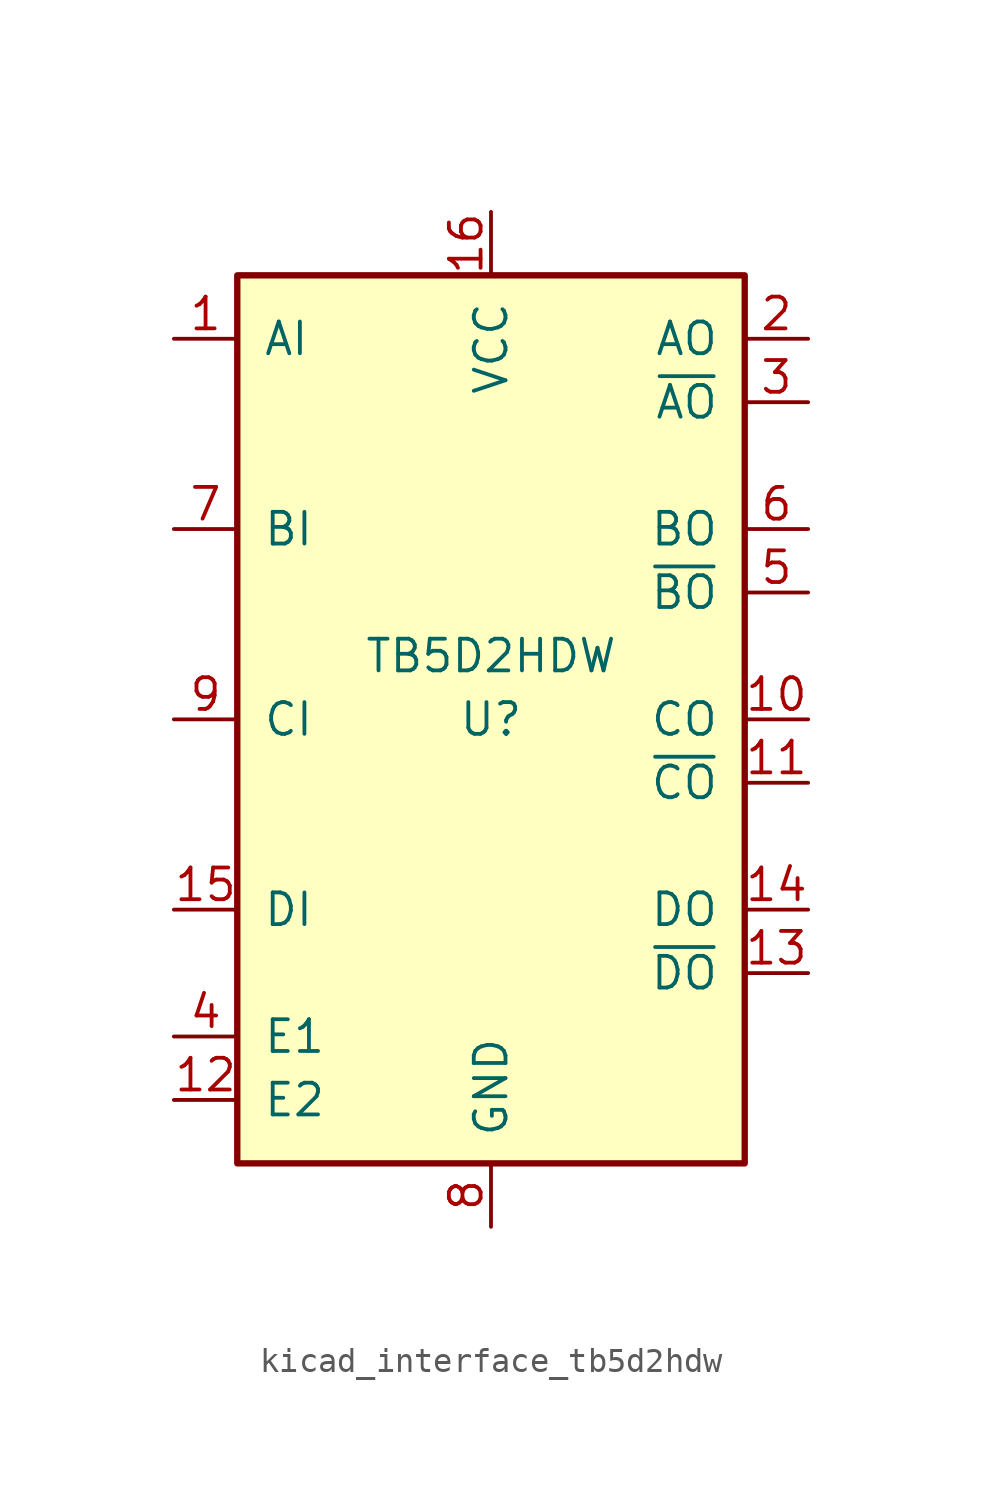
<source format=kicad_sym>
(kicad_symbol_lib
  (version 20220914)
  (generator kicad_symbol_editor)
  (symbol "kicad_interface_tb5d2hdw"
    (pin_names
      (offset 1.016))
    (property "Reference" "U"
      (at 0 0 0)
      (effects (font (size 1.27 1.27))))
    (property "Value" "TB5D2HDW"
      (at 0 2.54 0)
      (effects (font (size 1.27 1.27))))
    (symbol "kicad_interface_tb5d2hdw_0_1"
      (rectangle (start -10.16 -17.78) (end 10.16 17.78) (stroke (width 0.254) (type default)) (fill (type background))))
    (symbol "kicad_interface_tb5d2hdw_1_1"
      (pin input line (at -12.7 15.24 0) (length 2.54) (name "AI" (effects (font (size 1.27 1.27)))) (number "1" (effects (font (size 1.27 1.27)))))
      (pin output line (at 12.7 0 180) (length 2.54) (name "CO" (effects (font (size 1.27 1.27)))) (number "10" (effects (font (size 1.27 1.27)))))
      (pin output line (at 12.7 -2.54 180) (length 2.54) (name "~{CO}" (effects (font (size 1.27 1.27)))) (number "11" (effects (font (size 1.27 1.27)))))
      (pin input line (at -12.7 -15.24 0) (length 2.54) (name "E2" (effects (font (size 1.27 1.27)))) (number "12" (effects (font (size 1.27 1.27)))))
      (pin output line (at 12.7 -10.16 180) (length 2.54) (name "~{DO}" (effects (font (size 1.27 1.27)))) (number "13" (effects (font (size 1.27 1.27)))))
      (pin output line (at 12.7 -7.62 180) (length 2.54) (name "DO" (effects (font (size 1.27 1.27)))) (number "14" (effects (font (size 1.27 1.27)))))
      (pin input line (at -12.7 -7.62 0) (length 2.54) (name "DI" (effects (font (size 1.27 1.27)))) (number "15" (effects (font (size 1.27 1.27)))))
      (pin power_in line (at 0 20.32 270) (length 2.54) (name "VCC" (effects (font (size 1.27 1.27)))) (number "16" (effects (font (size 1.27 1.27)))))
      (pin output line (at 12.7 15.24 180) (length 2.54) (name "AO" (effects (font (size 1.27 1.27)))) (number "2" (effects (font (size 1.27 1.27)))))
      (pin output line (at 12.7 12.7 180) (length 2.54) (name "~{AO}" (effects (font (size 1.27 1.27)))) (number "3" (effects (font (size 1.27 1.27)))))
      (pin input line (at -12.7 -12.7 0) (length 2.54) (name "E1" (effects (font (size 1.27 1.27)))) (number "4" (effects (font (size 1.27 1.27)))))
      (pin output line (at 12.7 5.08 180) (length 2.54) (name "~{BO}" (effects (font (size 1.27 1.27)))) (number "5" (effects (font (size 1.27 1.27)))))
      (pin output line (at 12.7 7.62 180) (length 2.54) (name "BO" (effects (font (size 1.27 1.27)))) (number "6" (effects (font (size 1.27 1.27)))))
      (pin input line (at -12.7 7.62 0) (length 2.54) (name "BI" (effects (font (size 1.27 1.27)))) (number "7" (effects (font (size 1.27 1.27)))))
      (pin power_in line (at 0 -20.32 90) (length 2.54) (name "GND" (effects (font (size 1.27 1.27)))) (number "8" (effects (font (size 1.27 1.27)))))
      (pin input line (at -12.7 0 0) (length 2.54) (name "CI" (effects (font (size 1.27 1.27)))) (number "9" (effects (font (size 1.27 1.27))))))))
</source>
